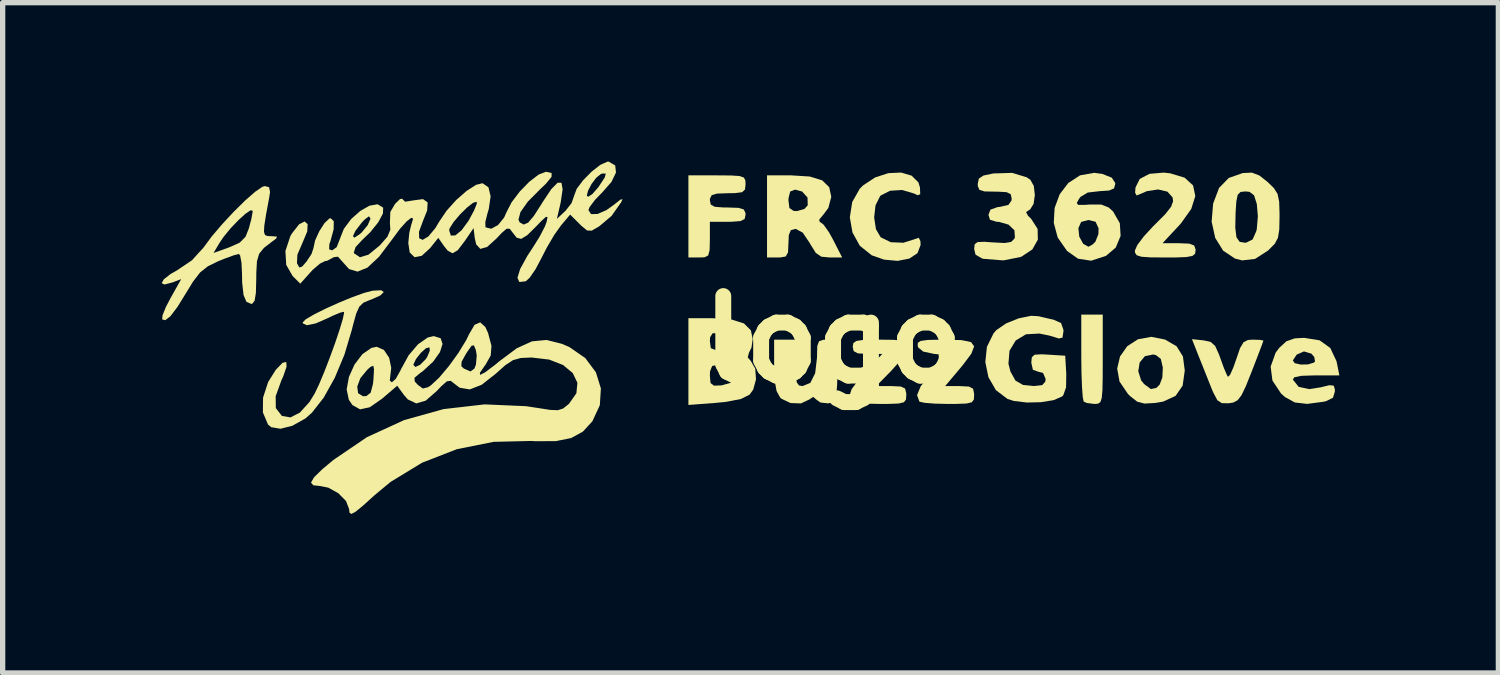
<source format=kicad_pcb>
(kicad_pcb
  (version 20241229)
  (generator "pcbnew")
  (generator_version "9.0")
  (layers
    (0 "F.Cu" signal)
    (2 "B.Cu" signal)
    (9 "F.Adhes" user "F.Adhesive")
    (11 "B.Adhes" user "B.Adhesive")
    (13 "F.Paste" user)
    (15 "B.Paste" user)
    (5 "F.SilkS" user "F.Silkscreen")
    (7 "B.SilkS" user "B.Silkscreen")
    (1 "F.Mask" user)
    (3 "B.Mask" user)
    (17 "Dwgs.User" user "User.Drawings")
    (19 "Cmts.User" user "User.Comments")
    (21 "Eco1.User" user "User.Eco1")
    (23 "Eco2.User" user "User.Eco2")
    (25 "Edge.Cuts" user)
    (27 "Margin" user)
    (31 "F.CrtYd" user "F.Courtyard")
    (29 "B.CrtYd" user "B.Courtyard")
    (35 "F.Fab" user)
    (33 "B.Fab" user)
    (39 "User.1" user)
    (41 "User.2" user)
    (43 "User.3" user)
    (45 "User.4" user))
  (footprint "logo"
    (layer "F.Cu")
    (at 12.665 3.357)
    (property "Reference" "logo" (at 0 0 0) (layer "F.SilkS") (effects (font (size 1.5 1.5) (thickness 0.3))))
    (attr board_only exclude_from_pos_files exclude_from_bom)
    (fp_poly (pts (xy 5.087 0.371) (xy 5.086 0.719) (xy 5.081 0.956) (xy 5.068 1.101) (xy 5.042 1.178) (xy 4.999 1.208) (xy 4.936 1.213) (xy 4.93 1.213) (xy 4.788 1.195) (xy 4.727 1.168) (xy 4.71 1.086) (xy 4.696 0.899) (xy 4.686 0.633) (xy 4.682 0.326) (xy 4.682 -0.472) (xy 4.885 -0.472) (xy 5.087 -0.472)) (stroke (width 0) (type solid)) (fill yes) (layer "F.SilkS"))
    (fp_poly (pts (xy -0.707 0.438) (xy -0.703 0.675) (xy -0.684 0.807) (xy -0.642 0.864) (xy -0.575 0.876) (xy -0.429 0.815) (xy -0.338 0.634) (xy -0.303 0.338) (xy -0.303 0.308) (xy -0.298 0.119) (xy -0.265 0.03) (xy -0.181 0.002) (xy -0.098 0) (xy 0.106 0) (xy 0.087 0.59) (xy 0.075 0.873) (xy 0.059 1.048) (xy 0.028 1.144) (xy -0.023 1.186) (xy -0.093 1.202) (xy -0.239 1.186) (xy -0.31 1.135) (xy -0.375 1.08) (xy -0.449 1.129) (xy -0.606 1.203) (xy -0.803 1.196) (xy -0.975 1.114) (xy -1 1.09) (xy -1.066 0.969) (xy -1.102 0.771) (xy -1.112 0.483) (xy -1.112 0) (xy -0.91 0) (xy -0.707 0)) (stroke (width 0) (type solid)) (fill yes) (layer "F.SilkS"))
    (fp_poly (pts (xy 1.482 -3.093) (xy 1.61 -2.966) (xy 1.639 -2.87) (xy 1.644 -2.744) (xy 1.597 -2.724) (xy 1.525 -2.757) (xy 1.303 -2.823) (xy 1.075 -2.809) (xy 0.899 -2.719) (xy 0.886 -2.706) (xy 0.8 -2.532) (xy 0.775 -2.304) (xy 0.809 -2.083) (xy 0.898 -1.931) (xy 1.089 -1.838) (xy 1.326 -1.828) (xy 1.52 -1.889) (xy 1.616 -1.922) (xy 1.648 -1.857) (xy 1.651 -1.786) (xy 1.592 -1.631) (xy 1.438 -1.529) (xy 1.218 -1.486) (xy 0.963 -1.509) (xy 0.729 -1.591) (xy 0.505 -1.77) (xy 0.366 -2.021) (xy 0.316 -2.308) (xy 0.361 -2.596) (xy 0.504 -2.848) (xy 0.566 -2.91) (xy 0.795 -3.061) (xy 1.044 -3.141) (xy 1.284 -3.152)) (stroke (width 0) (type solid)) (fill yes) (layer "F.SilkS"))
    (fp_poly (pts (xy 6.984 0.013) (xy 7.12 0.041) (xy 7.207 0.118) (xy 7.28 0.279) (xy 7.305 0.349) (xy 7.374 0.539) (xy 7.431 0.671) (xy 7.45 0.702) (xy 7.488 0.664) (xy 7.549 0.529) (xy 7.605 0.37) (xy 7.677 0.16) (xy 7.743 0.049) (xy 7.827 0.006) (xy 7.92 0) (xy 8.06 0.005) (xy 8.118 0.017) (xy 8.096 0.083) (xy 8.034 0.245) (xy 7.946 0.475) (xy 7.895 0.606) (xy 7.786 0.879) (xy 7.704 1.049) (xy 7.631 1.143) (xy 7.55 1.186) (xy 7.466 1.2) (xy 7.334 1.199) (xy 7.249 1.143) (xy 7.173 1) (xy 7.143 0.93) (xy 7.044 0.681) (xy 6.934 0.405) (xy 6.898 0.316) (xy 6.77 -0.009)) (stroke (width 0) (type solid)) (fill yes) (layer "F.SilkS"))
    (fp_poly (pts (xy -1.922 -3.097) (xy -1.762 -3.086) (xy -1.682 -3.057) (xy -1.654 -3.002) (xy -1.651 -2.931) (xy -1.662 -2.831) (xy -1.717 -2.781) (xy -1.852 -2.764) (xy -1.988 -2.762) (xy -2.19 -2.755) (xy -2.29 -2.725) (xy -2.323 -2.659) (xy -2.324 -2.628) (xy -2.307 -2.547) (xy -2.231 -2.506) (xy -2.065 -2.493) (xy -1.988 -2.493) (xy -1.785 -2.486) (xy -1.685 -2.456) (xy -1.652 -2.389) (xy -1.651 -2.358) (xy -1.668 -2.277) (xy -1.744 -2.237) (xy -1.91 -2.224) (xy -1.988 -2.223) (xy -2.324 -2.223) (xy -2.324 -1.886) (xy -2.329 -1.687) (xy -2.356 -1.588) (xy -2.427 -1.553) (xy -2.527 -1.55) (xy -2.729 -1.55) (xy -2.729 -2.324) (xy -2.729 -3.099) (xy -2.19 -3.099)) (stroke (width 0) (type solid)) (fill yes) (layer "F.SilkS"))
    (fp_poly (pts (xy 2.423 0.009) (xy 2.602 0.046) (xy 2.661 0.126) (xy 2.609 0.264) (xy 2.451 0.475) (xy 2.388 0.551) (xy 2.114 0.876) (xy 2.388 0.876) (xy 2.563 0.885) (xy 2.642 0.927) (xy 2.661 1.025) (xy 2.661 1.044) (xy 2.655 1.131) (xy 2.616 1.181) (xy 2.517 1.205) (xy 2.328 1.212) (xy 2.167 1.213) (xy 1.921 1.207) (xy 1.73 1.192) (xy 1.632 1.171) (xy 1.628 1.168) (xy 1.584 1.046) (xy 1.654 0.877) (xy 1.84 0.654) (xy 1.89 0.604) (xy 2.197 0.303) (xy 1.908 0.269) (xy 1.7 0.225) (xy 1.605 0.147) (xy 1.596 0.118) (xy 1.599 0.059) (xy 1.653 0.024) (xy 1.782 0.006) (xy 2.013 0.000278) (xy 2.117 0)) (stroke (width 0) (type solid)) (fill yes) (layer "F.SilkS"))
    (fp_poly (pts (xy 6.261 -0.002) (xy 6.48 0.125) (xy 6.599 0.316) (xy 6.634 0.582) (xy 6.594 0.868) (xy 6.461 1.061) (xy 6.225 1.169) (xy 6.081 1.194) (xy 5.875 1.206) (xy 5.737 1.17) (xy 5.602 1.064) (xy 5.562 1.024) (xy 5.403 0.79) (xy 5.368 0.595) (xy 5.757 0.595) (xy 5.811 0.768) (xy 5.866 0.837) (xy 5.995 0.932) (xy 6.099 0.91) (xy 6.161 0.847) (xy 6.211 0.715) (xy 6.22 0.532) (xy 6.22 0.527) (xy 6.182 0.363) (xy 6.091 0.292) (xy 6.038 0.28) (xy 5.882 0.312) (xy 5.784 0.43) (xy 5.757 0.595) (xy 5.368 0.595) (xy 5.359 0.547) (xy 5.413 0.317) (xy 5.549 0.124) (xy 5.751 -0.007) (xy 6.003 -0.053)) (stroke (width 0) (type solid)) (fill yes) (layer "F.SilkS"))
    (fp_poly (pts (xy 1.133 0.003) (xy 1.284 0.016) (xy 1.357 0.049) (xy 1.38 0.109) (xy 1.381 0.149) (xy 1.334 0.28) (xy 1.212 0.459) (xy 1.098 0.587) (xy 0.814 0.876) (xy 1.098 0.876) (xy 1.277 0.884) (xy 1.359 0.923) (xy 1.381 1.016) (xy 1.381 1.044) (xy 1.375 1.131) (xy 1.336 1.181) (xy 1.237 1.205) (xy 1.048 1.212) (xy 0.887 1.213) (xy 0.641 1.207) (xy 0.45 1.192) (xy 0.352 1.171) (xy 0.348 1.168) (xy 0.305 1.07) (xy 0.35 0.934) (xy 0.491 0.742) (xy 0.616 0.603) (xy 0.928 0.269) (xy 0.649 0.269) (xy 0.469 0.259) (xy 0.388 0.216) (xy 0.371 0.135) (xy 0.382 0.066) (xy 0.437 0.025) (xy 0.562 0.006) (xy 0.785 0.000211) (xy 0.876 0)) (stroke (width 0) (type solid)) (fill yes) (layer "F.SilkS"))
    (fp_poly (pts (xy 6.358 -3.138) (xy 6.632 -3.055) (xy 6.791 -2.909) (xy 6.833 -2.709) (xy 6.757 -2.467) (xy 6.561 -2.192) (xy 6.526 -2.153) (xy 6.214 -1.819) (xy 6.526 -1.819) (xy 6.719 -1.811) (xy 6.812 -1.776) (xy 6.838 -1.701) (xy 6.838 -1.684) (xy 6.828 -1.619) (xy 6.778 -1.579) (xy 6.664 -1.558) (xy 6.457 -1.55) (xy 6.266 -1.55) (xy 5.987 -1.552) (xy 5.816 -1.564) (xy 5.728 -1.592) (xy 5.696 -1.64) (xy 5.693 -1.679) (xy 5.739 -1.785) (xy 5.862 -1.948) (xy 6.036 -2.137) (xy 6.072 -2.172) (xy 6.269 -2.37) (xy 6.377 -2.508) (xy 6.414 -2.612) (xy 6.404 -2.683) (xy 6.307 -2.792) (xy 6.132 -2.833) (xy 5.922 -2.802) (xy 5.818 -2.757) (xy 5.724 -2.72) (xy 5.697 -2.774) (xy 5.705 -2.871) (xy 5.785 -3.032) (xy 5.969 -3.128) (xy 6.237 -3.151)) (stroke (width 0) (type solid)) (fill yes) (layer "F.SilkS"))
    (fp_poly (pts (xy 9.178 0.013) (xy 9.379 0.157) (xy 9.495 0.403) (xy 9.507 0.455) (xy 9.55 0.674) (xy 9.098 0.674) (xy 8.838 0.682) (xy 8.7 0.71) (xy 8.673 0.753) (xy 8.782 0.89) (xy 8.981 0.933) (xy 9.194 0.9) (xy 9.365 0.859) (xy 9.444 0.868) (xy 9.465 0.935) (xy 9.466 0.978) (xy 9.43 1.096) (xy 9.301 1.16) (xy 9.256 1.171) (xy 8.942 1.212) (xy 8.71 1.185) (xy 8.523 1.082) (xy 8.45 1.016) (xy 8.288 0.772) (xy 8.254 0.508) (xy 8.296 0.392) (xy 8.673 0.392) (xy 8.709 0.444) (xy 8.823 0.47) (xy 8.961 0.467) (xy 9.069 0.433) (xy 9.091 0.412) (xy 9.077 0.327) (xy 9.022 0.264) (xy 8.883 0.222) (xy 8.745 0.283) (xy 8.673 0.392) (xy 8.296 0.392) (xy 8.348 0.246) (xy 8.416 0.155) (xy 8.551 0.031) (xy 8.708 -0.024) (xy 8.886 -0.034)) (stroke (width 0) (type solid)) (fill yes) (layer "F.SilkS"))
    (fp_poly (pts (xy 8.043 -3.096) (xy 8.194 -2.977) (xy 8.316 -2.858) (xy 8.385 -2.748) (xy 8.415 -2.602) (xy 8.422 -2.375) (xy 8.422 -2.324) (xy 8.417 -2.078) (xy 8.392 -1.921) (xy 8.332 -1.809) (xy 8.221 -1.696) (xy 8.202 -1.679) (xy 7.96 -1.523) (xy 7.716 -1.495) (xy 7.58 -1.53) (xy 7.358 -1.679) (xy 7.208 -1.92) (xy 7.167 -2.11) (xy 7.587 -2.11) (xy 7.609 -1.932) (xy 7.669 -1.845) (xy 7.772 -1.828) (xy 7.796 -1.831) (xy 7.915 -1.891) (xy 7.984 -2.048) (xy 7.993 -2.089) (xy 8.013 -2.329) (xy 7.993 -2.56) (xy 7.941 -2.723) (xy 7.856 -2.788) (xy 7.779 -2.796) (xy 7.686 -2.786) (xy 7.633 -2.733) (xy 7.607 -2.607) (xy 7.593 -2.399) (xy 7.587 -2.11) (xy 7.167 -2.11) (xy 7.141 -2.225) (xy 7.169 -2.565) (xy 7.169 -2.566) (xy 7.281 -2.862) (xy 7.464 -3.05) (xy 7.726 -3.142) (xy 7.9 -3.151)) (stroke (width 0) (type solid)) (fill yes) (layer "F.SilkS"))
    (fp_poly (pts (xy 5.082 -3.125) (xy 5.258 -3.055) (xy 5.322 -2.955) (xy 5.323 -2.936) (xy 5.299 -2.853) (xy 5.207 -2.813) (xy 5.028 -2.801) (xy 4.804 -2.775) (xy 4.671 -2.696) (xy 4.643 -2.661) (xy 4.597 -2.578) (xy 4.622 -2.543) (xy 4.745 -2.542) (xy 4.845 -2.549) (xy 5.057 -2.549) (xy 5.199 -2.493) (xy 5.281 -2.419) (xy 5.409 -2.197) (xy 5.424 -1.957) (xy 5.332 -1.737) (xy 5.149 -1.581) (xy 4.869 -1.489) (xy 4.62 -1.527) (xy 4.413 -1.674) (xy 4.237 -1.926) (xy 4.19 -2.102) (xy 4.627 -2.102) (xy 4.644 -1.943) (xy 4.718 -1.808) (xy 4.817 -1.752) (xy 4.898 -1.797) (xy 4.949 -1.849) (xy 5.005 -1.991) (xy 5.008 -2.102) (xy 4.951 -2.224) (xy 4.817 -2.257) (xy 4.679 -2.22) (xy 4.627 -2.102) (xy 4.19 -2.102) (xy 4.163 -2.204) (xy 4.179 -2.484) (xy 4.275 -2.743) (xy 4.438 -2.956) (xy 4.658 -3.099) (xy 4.924 -3.147)) (stroke (width 0) (type solid)) (fill yes) (layer "F.SilkS"))
    (fp_poly (pts (xy -1.919 -0.381) (xy -1.682 -0.306) (xy -1.551 -0.176) (xy -1.516 -0.01) (xy -1.54 0.153) (xy -1.586 0.245) (xy -1.61 0.335) (xy -1.552 0.402) (xy -1.468 0.548) (xy -1.454 0.749) (xy -1.507 0.943) (xy -1.577 1.039) (xy -1.738 1.119) (xy -2.02 1.174) (xy -2.217 1.193) (xy -2.729 1.232) (xy -2.729 0.678) (xy -2.324 0.678) (xy -2.312 0.818) (xy -2.247 0.868) (xy -2.106 0.863) (xy -1.928 0.813) (xy -1.864 0.716) (xy -1.893 0.574) (xy -2.032 0.49) (xy -2.173 0.473) (xy -2.281 0.497) (xy -2.321 0.597) (xy -2.324 0.678) (xy -2.729 0.678) (xy -2.729 0.414) (xy -2.729 0.034) (xy -2.324 0.034) (xy -2.306 0.16) (xy -2.221 0.195) (xy -2.139 0.19) (xy -1.995 0.141) (xy -1.954 0.034) (xy -1.998 -0.077) (xy -2.139 -0.122) (xy -2.273 -0.12) (xy -2.32 -0.044) (xy -2.324 0.034) (xy -2.729 0.034) (xy -2.729 -0.404) (xy -2.272 -0.404)) (stroke (width 0) (type solid)) (fill yes) (layer "F.SilkS"))
    (fp_poly (pts (xy -0.439 -3.077) (xy -0.204 -3.004) (xy -0.073 -2.876) (xy -0.034 -2.694) (xy -0.089 -2.485) (xy -0.181 -2.361) (xy -0.261 -2.266) (xy -0.254 -2.224) (xy -0.25 -2.223) (xy -0.178 -2.168) (xy -0.077 -2.025) (xy 0 -1.886) (xy 0.171 -1.55) (xy -0.065 -1.55) (xy -0.222 -1.565) (xy -0.326 -1.636) (xy -0.425 -1.794) (xy -0.438 -1.819) (xy -0.573 -2.019) (xy -0.705 -2.089) (xy -0.709 -2.089) (xy -0.796 -2.066) (xy -0.835 -1.973) (xy -0.842 -1.819) (xy -0.85 -1.646) (xy -0.893 -1.569) (xy -1.001 -1.55) (xy -1.044 -1.55) (xy -1.246 -1.55) (xy -1.246 -2.324) (xy -1.246 -2.628) (xy -0.842 -2.628) (xy -0.824 -2.483) (xy -0.747 -2.43) (xy -0.681 -2.425) (xy -0.54 -2.466) (xy -0.478 -2.535) (xy -0.482 -2.681) (xy -0.584 -2.794) (xy -0.716 -2.83) (xy -0.809 -2.794) (xy -0.841 -2.666) (xy -0.842 -2.628) (xy -1.246 -2.628) (xy -1.246 -3.099) (xy -0.79 -3.099)) (stroke (width 0) (type solid)) (fill yes) (layer "F.SilkS"))
    (fp_poly (pts (xy 3.874 -0.442) (xy 4.015 -0.409) (xy 4.16 -0.376) (xy 4.301 -0.313) (xy 4.345 -0.187) (xy 4.346 -0.16) (xy 4.328 -0.038) (xy 4.258 -0.022) (xy 4.228 -0.032) (xy 4.078 -0.077) (xy 3.892 -0.115) (xy 3.639 -0.101) (xy 3.445 0.016) (xy 3.328 0.21) (xy 3.308 0.455) (xy 3.346 0.602) (xy 3.44 0.772) (xy 3.582 0.854) (xy 3.79 0.875) (xy 3.945 0.858) (xy 4.004 0.791) (xy 4.009 0.741) (xy 3.961 0.629) (xy 3.874 0.606) (xy 3.769 0.568) (xy 3.739 0.434) (xy 3.749 0.331) (xy 3.802 0.284) (xy 3.933 0.276) (xy 4.059 0.283) (xy 4.379 0.303) (xy 4.399 0.646) (xy 4.395 0.899) (xy 4.344 1.046) (xy 4.32 1.072) (xy 4.161 1.141) (xy 3.921 1.18) (xy 3.654 1.186) (xy 3.408 1.156) (xy 3.289 1.118) (xy 3.071 0.952) (xy 2.93 0.708) (xy 2.872 0.423) (xy 2.902 0.135) (xy 3.027 -0.119) (xy 3.081 -0.181) (xy 3.263 -0.306) (xy 3.502 -0.402) (xy 3.738 -0.45)) (stroke (width 0) (type solid)) (fill yes) (layer "F.SilkS"))
    (fp_poly (pts (xy 3.654 -3.062) (xy 3.722 -3.015) (xy 3.787 -2.898) (xy 3.806 -2.727) (xy 3.782 -2.56) (xy 3.716 -2.455) (xy 3.702 -2.448) (xy 3.641 -2.406) (xy 3.677 -2.337) (xy 3.736 -2.28) (xy 3.858 -2.09) (xy 3.863 -1.887) (xy 3.759 -1.702) (xy 3.556 -1.567) (xy 3.529 -1.557) (xy 3.211 -1.495) (xy 2.842 -1.524) (xy 2.813 -1.53) (xy 2.687 -1.603) (xy 2.661 -1.711) (xy 2.671 -1.799) (xy 2.724 -1.84) (xy 2.852 -1.846) (xy 3.022 -1.834) (xy 3.238 -1.823) (xy 3.358 -1.843) (xy 3.418 -1.902) (xy 3.43 -1.928) (xy 3.421 -2.063) (xy 3.309 -2.17) (xy 3.126 -2.222) (xy 3.086 -2.223) (xy 2.96 -2.261) (xy 2.931 -2.354) (xy 2.969 -2.453) (xy 3.102 -2.5) (xy 3.15 -2.505) (xy 3.308 -2.542) (xy 3.366 -2.626) (xy 3.369 -2.661) (xy 3.351 -2.743) (xy 3.274 -2.782) (xy 3.104 -2.792) (xy 3.049 -2.792) (xy 2.855 -2.796) (xy 2.76 -2.826) (xy 2.73 -2.897) (xy 2.729 -2.939) (xy 2.75 -3.038) (xy 2.837 -3.096) (xy 3.024 -3.135) (xy 3.025 -3.135) (xy 3.379 -3.146)) (stroke (width 0) (type solid)) (fill yes) (layer "F.SilkS"))
    (fp_poly (pts (xy -8.476 -0.898) (xy -8.54 -0.834) (xy -8.711 -0.757) (xy -8.743 -0.746) (xy -8.858 -0.698) (xy -8.936 -0.624) (xy -8.995 -0.494) (xy -9.056 -0.274) (xy -9.078 -0.185) (xy -9.218 0.284) (xy -9.4 0.72) (xy -9.608 1.093) (xy -9.83 1.377) (xy -9.953 1.486) (xy -10.199 1.624) (xy -10.424 1.681) (xy -10.6 1.651) (xy -10.66 1.6) (xy -10.756 1.373) (xy -10.753 1.095) (xy -10.657 0.799) (xy -10.511 0.567) (xy -10.385 0.437) (xy -10.316 0.421) (xy -10.309 0.508) (xy -10.37 0.688) (xy -10.407 0.769) (xy -10.515 1.068) (xy -10.512 1.291) (xy -10.399 1.437) (xy -10.397 1.439) (xy -10.236 1.467) (xy -10.058 1.376) (xy -9.877 1.176) (xy -9.78 1.018) (xy -9.698 0.847) (xy -9.599 0.611) (xy -9.494 0.339) (xy -9.393 0.062) (xy -9.308 -0.192) (xy -9.248 -0.391) (xy -9.224 -0.508) (xy -9.227 -0.525) (xy -9.295 -0.511) (xy -9.441 -0.45) (xy -9.524 -0.409) (xy -9.76 -0.306) (xy -9.926 -0.272) (xy -10.002 -0.307) (xy -10.005 -0.326) (xy -9.947 -0.384) (xy -9.794 -0.474) (xy -9.576 -0.583) (xy -9.326 -0.696) (xy -9.073 -0.8) (xy -8.849 -0.881) (xy -8.688 -0.923) (xy -8.524 -0.932)) (stroke (width 0) (type solid)) (fill yes) (layer "F.SilkS"))
    (fp_poly (pts (xy -10.639 -2.875) (xy -10.621 -2.785) (xy -10.637 -2.678) (xy -10.696 -2.361) (xy -10.729 -2.153) (xy -10.736 -2.032) (xy -10.715 -1.973) (xy -10.666 -1.954) (xy -10.603 -1.952) (xy -10.492 -1.945) (xy -10.503 -1.909) (xy -10.578 -1.853) (xy -10.735 -1.732) (xy -10.826 -1.621) (xy -10.868 -1.479) (xy -10.88 -1.262) (xy -10.881 -1.143) (xy -10.888 -0.882) (xy -10.912 -0.734) (xy -10.957 -0.677) (xy -10.975 -0.674) (xy -11.066 -0.713) (xy -11.121 -0.842) (xy -11.147 -1.078) (xy -11.15 -1.252) (xy -11.16 -1.453) (xy -11.185 -1.586) (xy -11.209 -1.617) (xy -11.3 -1.593) (xy -11.47 -1.531) (xy -11.601 -1.478) (xy -11.794 -1.384) (xy -11.939 -1.269) (xy -12.073 -1.096) (xy -12.186 -0.911) (xy -12.367 -0.618) (xy -12.502 -0.44) (xy -12.598 -0.367) (xy -12.656 -0.382) (xy -12.649 -0.46) (xy -12.586 -0.616) (xy -12.498 -0.784) (xy -12.297 -1.142) (xy -12.462 -1.079) (xy -12.613 -1.04) (xy -12.665 -1.066) (xy -12.625 -1.138) (xy -12.499 -1.237) (xy -12.378 -1.306) (xy -12.093 -1.498) (xy -11.969 -1.635) (xy -11.687 -1.635) (xy -11.391 -1.741) (xy -11.194 -1.829) (xy -11.084 -1.94) (xy -11.022 -2.094) (xy -10.973 -2.278) (xy -10.949 -2.415) (xy -10.948 -2.43) (xy -10.987 -2.441) (xy -11.087 -2.373) (xy -11.222 -2.25) (xy -11.369 -2.096) (xy -11.5 -1.935) (xy -11.572 -1.829) (xy -11.687 -1.635) (xy -11.969 -1.635) (xy -11.876 -1.736) (xy -11.875 -1.738) (xy -11.72 -1.948) (xy -11.522 -2.18) (xy -11.305 -2.413) (xy -11.091 -2.624) (xy -10.904 -2.788) (xy -10.766 -2.883) (xy -10.72 -2.897)) (stroke (width 0) (type solid)) (fill yes) (layer "F.SilkS"))
    (fp_poly (pts (xy -6.56 -0.239) (xy -6.508 -0.125) (xy -6.444 0.117) (xy -6.458 0.299) (xy -6.556 0.473) (xy -6.574 0.496) (xy -6.663 0.626) (xy -6.658 0.665) (xy -6.563 0.616) (xy -6.383 0.48) (xy -6.292 0.405) (xy -5.967 0.163) (xy -5.68 0.032) (xy -5.405 0.006) (xy -5.112 0.08) (xy -4.972 0.141) (xy -4.674 0.348) (xy -4.474 0.616) (xy -4.38 0.921) (xy -4.4 1.237) (xy -4.541 1.541) (xy -4.542 1.542) (xy -4.72 1.735) (xy -4.94 1.856) (xy -5.228 1.914) (xy -5.612 1.916) (xy -5.698 1.911) (xy -6.407 1.928) (xy -7.099 2.067) (xy -7.754 2.322) (xy -8.348 2.684) (xy -8.65 2.935) (xy -8.87 3.134) (xy -9.011 3.249) (xy -9.089 3.289) (xy -9.123 3.262) (xy -9.129 3.197) (xy -9.188 3.044) (xy -9.333 2.897) (xy -9.522 2.792) (xy -9.671 2.762) (xy -9.806 2.747) (xy -9.848 2.696) (xy -9.792 2.598) (xy -9.634 2.443) (xy -9.427 2.27) (xy -8.794 1.84) (xy -8.093 1.518) (xy -7.347 1.31) (xy -6.573 1.221) (xy -5.794 1.255) (xy -5.576 1.288) (xy -5.339 1.325) (xy -5.192 1.331) (xy -5.092 1.299) (xy -4.997 1.223) (xy -4.981 1.209) (xy -4.842 1.011) (xy -4.823 0.813) (xy -4.911 0.63) (xy -5.093 0.479) (xy -5.356 0.376) (xy -5.686 0.337) (xy -5.693 0.337) (xy -5.89 0.346) (xy -6.038 0.387) (xy -6.183 0.482) (xy -6.36 0.64) (xy -6.628 0.851) (xy -6.853 0.939) (xy -7.044 0.907) (xy -7.141 0.833) (xy -7.214 0.776) (xy -7.286 0.787) (xy -7.391 0.879) (xy -7.475 0.968) (xy -7.683 1.15) (xy -7.862 1.203) (xy -8.021 1.128) (xy -8.097 1.041) (xy -8.222 0.87) (xy -8.507 1.113) (xy -8.739 1.275) (xy -8.922 1.315) (xy -9.067 1.234) (xy -9.135 1.134) (xy -9.176 0.937) (xy -9.166 0.886) (xy -8.976 0.886) (xy -8.96 1.01) (xy -8.868 1.068) (xy -8.803 1.064) (xy -8.723 1.001) (xy -8.679 0.834) (xy -8.67 0.743) (xy -8.66 0.561) (xy -8.673 0.492) (xy -8.726 0.514) (xy -8.786 0.567) (xy -8.918 0.728) (xy -8.976 0.886) (xy -9.166 0.886) (xy -9.133 0.703) (xy -9.028 0.47) (xy -8.879 0.274) (xy -8.707 0.155) (xy -8.608 0.135) (xy -8.473 0.194) (xy -8.374 0.342) (xy -8.335 0.532) (xy -8.347 0.635) (xy -8.362 0.772) (xy -8.323 0.805) (xy -8.25 0.74) (xy -8.163 0.586) (xy -8.15 0.556) (xy -8.106 0.477) (xy -7.916 0.477) (xy -7.879 0.516) (xy -7.79 0.474) (xy -7.689 0.374) (xy -7.658 0.329) (xy -7.607 0.207) (xy -7.614 0.145) (xy -7.678 0.161) (xy -7.775 0.248) (xy -7.867 0.364) (xy -7.915 0.465) (xy -7.916 0.477) (xy -8.106 0.477) (xy -8.007 0.296) (xy -7.829 0.087) (xy -7.645 -0.041) (xy -7.533 -0.067) (xy -7.403 -0.027) (xy -7.367 0.081) (xy -7.416 0.235) (xy -7.542 0.413) (xy -7.738 0.594) (xy -7.794 0.634) (xy -7.896 0.719) (xy -7.892 0.788) (xy -7.836 0.85) (xy -7.739 0.922) (xy -7.641 0.897) (xy -7.587 0.862) (xy -7.433 0.719) (xy -7.249 0.501) (xy -7.248 0.5) (xy -7.013 0.5) (xy -6.967 0.544) (xy -6.84 0.6) (xy -6.767 0.547) (xy -6.737 0.472) (xy -6.722 0.296) (xy -6.74 0.193) (xy -6.775 0.108) (xy -6.819 0.115) (xy -6.897 0.225) (xy -6.924 0.266) (xy -7.007 0.416) (xy -7.013 0.5) (xy -7.248 0.5) (xy -7.067 0.249) (xy -6.92 0.008) (xy -6.867 -0.102) (xy -6.763 -0.28) (xy -6.657 -0.326)) (stroke (width 0) (type solid)) (fill yes) (layer "F.SilkS"))
    (fp_poly (pts (xy -4.23 -3.357) (xy -4.11 -3.286) (xy -4.095 -3.153) (xy -4.18 -2.976) (xy -4.342 -2.791) (xy -4.493 -2.634) (xy -4.592 -2.502) (xy -4.615 -2.445) (xy -4.567 -2.369) (xy -4.444 -2.37) (xy -4.276 -2.443) (xy -4.139 -2.541) (xy -4.012 -2.641) (xy -3.972 -2.65) (xy -3.997 -2.592) (xy -4.178 -2.335) (xy -4.401 -2.146) (xy -4.427 -2.128) (xy -4.553 -2.056) (xy -4.64 -2.059) (xy -4.748 -2.148) (xy -4.784 -2.184) (xy -4.96 -2.359) (xy -5.135 -2.151) (xy -5.26 -1.975) (xy -5.401 -1.735) (xy -5.499 -1.543) (xy -5.612 -1.33) (xy -5.721 -1.171) (xy -5.795 -1.102) (xy -5.918 -1.087) (xy -5.954 -1.166) (xy -5.903 -1.333) (xy -5.768 -1.579) (xy -5.667 -1.733) (xy -5.536 -1.942) (xy -5.437 -2.133) (xy -5.403 -2.223) (xy -5.387 -2.311) (xy -5.415 -2.318) (xy -5.504 -2.237) (xy -5.598 -2.139) (xy -5.769 -1.97) (xy -5.884 -1.901) (xy -5.969 -1.923) (xy -6.044 -2.019) (xy -6.099 -2.091) (xy -6.158 -2.093) (xy -6.252 -2.012) (xy -6.346 -1.911) (xy -6.525 -1.749) (xy -6.654 -1.712) (xy -6.733 -1.798) (xy -6.759 -1.916) (xy -6.782 -2.104) (xy -6.947 -1.861) (xy -7.079 -1.688) (xy -7.177 -1.629) (xy -7.269 -1.678) (xy -7.341 -1.768) (xy -7.447 -1.92) (xy -7.601 -1.727) (xy -7.76 -1.581) (xy -7.895 -1.555) (xy -7.986 -1.644) (xy -8.013 -1.821) (xy -7.994 -2.017) (xy -7.957 -2.169) (xy -7.955 -2.173) (xy -7.922 -2.283) (xy -7.956 -2.299) (xy -8.043 -2.232) (xy -8.166 -2.096) (xy -8.311 -1.9) (xy -8.318 -1.89) (xy -8.567 -1.561) (xy -8.783 -1.359) (xy -8.97 -1.283) (xy -9.13 -1.331) (xy -9.239 -1.452) (xy -9.34 -1.565) (xy -9.42 -1.555) (xy -9.422 -1.553) (xy -9.543 -1.488) (xy -9.582 -1.482) (xy -9.678 -1.435) (xy -9.814 -1.319) (xy -9.86 -1.269) (xy -10.051 -1.056) (xy -10.196 -1.202) (xy -10.316 -1.411) (xy -10.331 -1.672) (xy -10.239 -1.95) (xy -10.208 -2.004) (xy -10.073 -2.176) (xy -9.969 -2.229) (xy -9.912 -2.179) (xy -9.919 -2.041) (xy -10.007 -1.831) (xy -10.01 -1.824) (xy -10.105 -1.604) (xy -10.113 -1.444) (xy -10.11 -1.437) (xy -10.069 -1.361) (xy -10.015 -1.379) (xy -9.933 -1.473) (xy -9.839 -1.615) (xy -9.803 -1.723) (xy -9.771 -1.871) (xy -9.692 -2.045) (xy -9.594 -2.198) (xy -9.502 -2.285) (xy -9.479 -2.291) (xy -9.419 -2.235) (xy -9.421 -2.082) (xy -9.483 -1.853) (xy -9.502 -1.802) (xy -9.506 -1.704) (xy -9.448 -1.684) (xy -9.364 -1.745) (xy -9.306 -1.893) (xy -9.284 -1.951) (xy -9.057 -1.951) (xy -9.029 -1.924) (xy -8.93 -1.989) (xy -8.893 -2.021) (xy -8.779 -2.159) (xy -8.727 -2.279) (xy -8.727 -2.286) (xy -8.755 -2.327) (xy -8.842 -2.261) (xy -8.895 -2.203) (xy -9.012 -2.05) (xy -9.057 -1.951) (xy -9.284 -1.951) (xy -9.228 -2.091) (xy -9.09 -2.276) (xy -8.92 -2.427) (xy -8.745 -2.527) (xy -8.592 -2.554) (xy -8.487 -2.49) (xy -8.491 -2.38) (xy -8.579 -2.215) (xy -8.73 -2.027) (xy -8.881 -1.882) (xy -9.007 -1.746) (xy -9.041 -1.643) (xy -9.036 -1.629) (xy -8.925 -1.554) (xy -8.764 -1.603) (xy -8.553 -1.775) (xy -8.55 -1.778) (xy -8.407 -1.941) (xy -8.352 -2.072) (xy -8.36 -2.202) (xy -8.352 -2.41) (xy -8.261 -2.563) (xy -8.168 -2.653) (xy -8.122 -2.657) (xy -8.121 -2.649) (xy -8.073 -2.602) (xy -7.923 -2.626) (xy -7.923 -2.626) (xy -7.736 -2.651) (xy -7.648 -2.589) (xy -7.657 -2.437) (xy -7.732 -2.25) (xy -7.811 -2.036) (xy -7.808 -1.913) (xy -7.743 -1.882) (xy -7.635 -1.946) (xy -7.536 -2.064) (xy -7.243 -2.064) (xy -7.21 -1.963) (xy -7.125 -1.967) (xy -7.007 -2.064) (xy -6.875 -2.245) (xy -6.867 -2.26) (xy -6.772 -2.437) (xy -6.722 -2.563) (xy -6.721 -2.6) (xy -6.788 -2.583) (xy -6.905 -2.492) (xy -7.039 -2.36) (xy -7.159 -2.218) (xy -7.233 -2.101) (xy -7.243 -2.064) (xy -7.536 -2.064) (xy -7.503 -2.104) (xy -7.428 -2.229) (xy -7.29 -2.433) (xy -7.108 -2.635) (xy -6.913 -2.806) (xy -6.735 -2.92) (xy -6.613 -2.951) (xy -6.501 -2.874) (xy -6.46 -2.704) (xy -6.495 -2.462) (xy -6.521 -2.377) (xy -6.56 -2.219) (xy -6.557 -2.123) (xy -6.553 -2.118) (xy -6.448 -2.092) (xy -6.32 -2.162) (xy -6.206 -2.302) (xy -6.161 -2.403) (xy -6.065 -2.59) (xy -5.911 -2.793) (xy -5.73 -2.979) (xy -5.554 -3.114) (xy -5.416 -3.167) (xy -5.415 -3.167) (xy -5.31 -3.144) (xy -5.31 -3.072) (xy -5.418 -2.94) (xy -5.523 -2.84) (xy -5.759 -2.602) (xy -5.898 -2.405) (xy -5.935 -2.262) (xy -5.911 -2.212) (xy -5.837 -2.171) (xy -5.753 -2.206) (xy -5.645 -2.333) (xy -5.496 -2.565) (xy -5.477 -2.597) (xy -5.315 -2.84) (xy -5.195 -2.961) (xy -5.123 -2.959) (xy -5.102 -2.835) (xy -5.138 -2.591) (xy -5.15 -2.537) (xy -5.21 -2.278) (xy -5.047 -2.431) (xy -4.934 -2.575) (xy -4.885 -2.712) (xy -4.885 -2.715) (xy -4.884 -2.717) (xy -4.645 -2.717) (xy -4.621 -2.695) (xy -4.543 -2.745) (xy -4.435 -2.867) (xy -4.418 -2.891) (xy -4.309 -3.056) (xy -4.287 -3.132) (xy -4.35 -3.134) (xy -4.382 -3.123) (xy -4.468 -3.054) (xy -4.557 -2.935) (xy -4.623 -2.809) (xy -4.645 -2.717) (xy -4.884 -2.717) (xy -4.837 -2.844) (xy -4.715 -3.007) (xy -4.555 -3.169) (xy -4.391 -3.297) (xy -4.258 -3.357)) (stroke (width 0) (type solid)) (fill yes) (layer "F.SilkS")))
  (gr_rect
    (start -3 -3)
    (end 25.215 9.645)
    (stroke (width 0.1) (type default))
    (fill no)
    (layer "Edge.Cuts")))
</source>
